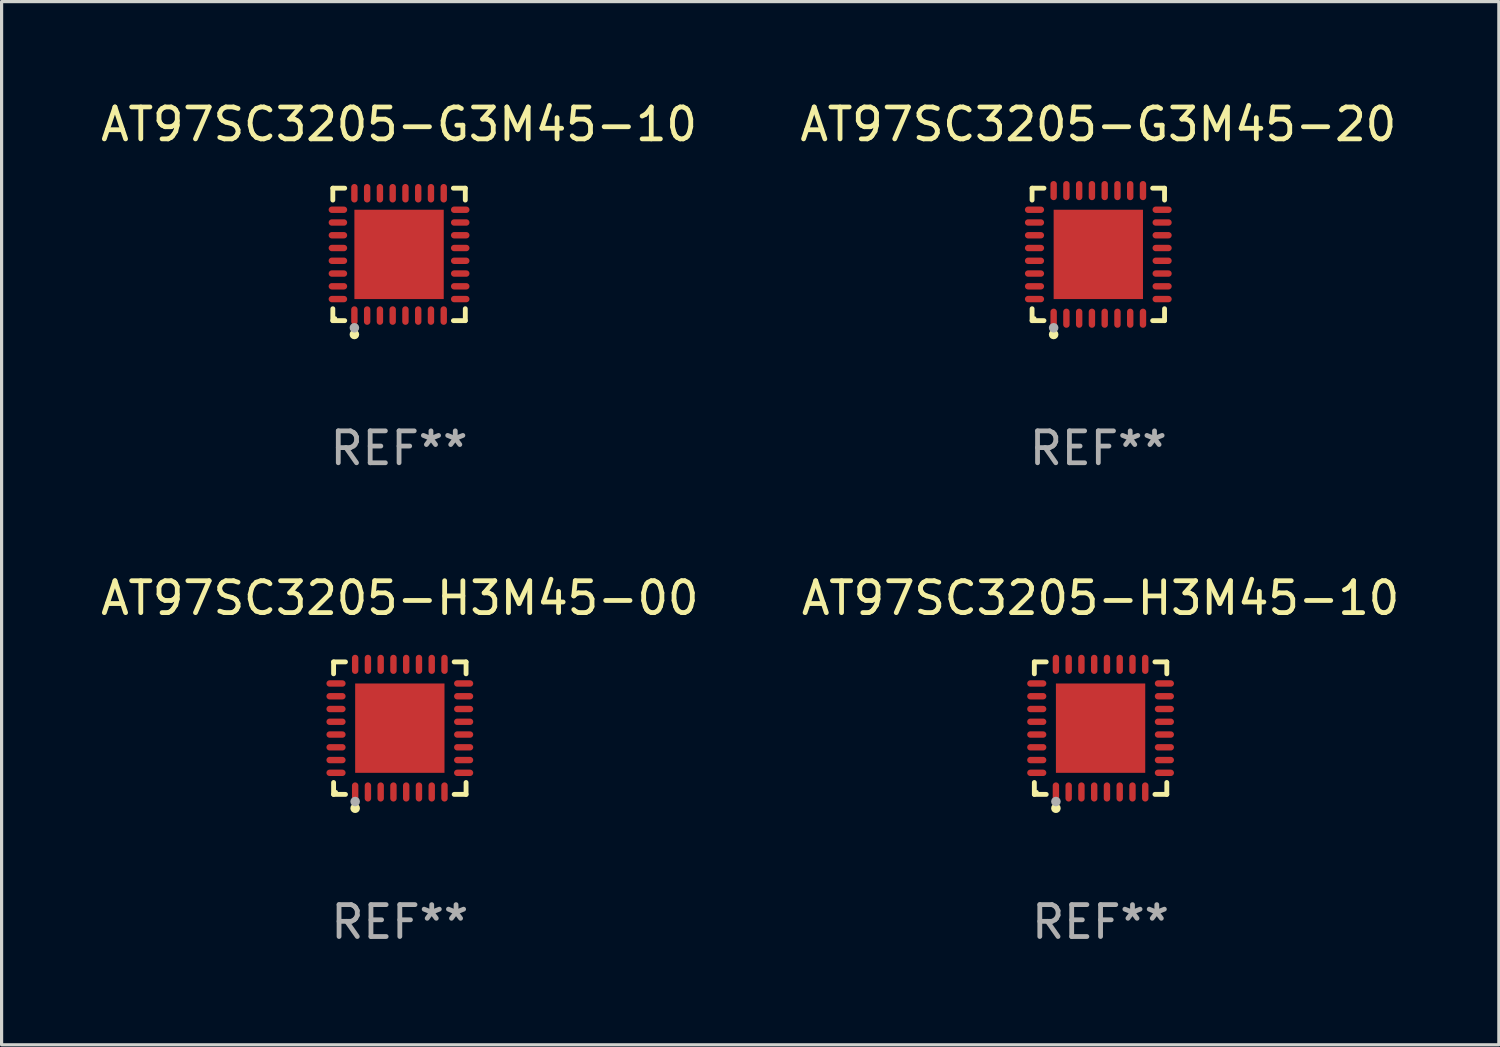
<source format=kicad_pcb>
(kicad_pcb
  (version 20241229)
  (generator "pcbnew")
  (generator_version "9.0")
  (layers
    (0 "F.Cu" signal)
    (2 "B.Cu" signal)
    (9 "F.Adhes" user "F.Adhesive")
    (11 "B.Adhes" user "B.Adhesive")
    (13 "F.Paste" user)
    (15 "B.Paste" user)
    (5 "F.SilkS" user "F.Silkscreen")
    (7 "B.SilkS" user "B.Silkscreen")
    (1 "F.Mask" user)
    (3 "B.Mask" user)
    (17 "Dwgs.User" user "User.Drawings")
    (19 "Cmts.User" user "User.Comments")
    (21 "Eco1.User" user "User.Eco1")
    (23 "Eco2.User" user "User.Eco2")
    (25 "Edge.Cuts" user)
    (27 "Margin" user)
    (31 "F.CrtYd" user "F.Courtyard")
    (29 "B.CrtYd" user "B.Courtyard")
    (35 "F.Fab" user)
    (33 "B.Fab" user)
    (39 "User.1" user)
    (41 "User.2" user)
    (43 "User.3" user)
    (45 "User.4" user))
  (footprint "AT97SC3205-H3M45-00"
    (layer "F.Cu")
    (at 9.482 19.773)
    (property "Reference" "AT97SC3205-H3M45-00" (at 0 -4.076 0) (layer "F.SilkS") (effects (font (size 1 1) (thickness 0.15))))
    (attr through_hole)
    (fp_line (start -2.076 -2.076) (end -1.703 -2.076) (stroke (width 0.152) (type solid)) (layer "F.SilkS"))
    (fp_line (start -2.076 -1.703) (end -2.076 -2.076) (stroke (width 0.152) (type solid)) (layer "F.SilkS"))
    (fp_line (start -2.076 1.703) (end -2.076 2.076) (stroke (width 0.152) (type solid)) (layer "F.SilkS"))
    (fp_line (start -2.076 2.076) (end -1.703 2.076) (stroke (width 0.152) (type solid)) (layer "F.SilkS"))
    (fp_line (start 2.076 -2.076) (end 1.703 -2.076) (stroke (width 0.152) (type solid)) (layer "F.SilkS"))
    (fp_line (start 2.076 -1.703) (end 2.076 -2.076) (stroke (width 0.152) (type solid)) (layer "F.SilkS"))
    (fp_line (start 2.076 1.703) (end 2.076 2.076) (stroke (width 0.152) (type solid)) (layer "F.SilkS"))
    (fp_line (start 2.076 2.076) (end 1.703 2.076) (stroke (width 0.152) (type solid)) (layer "F.SilkS"))
    (fp_circle (center -2 2) (end -1.97 2) (stroke (width 0.06) (type solid)) (fill no) (layer "F.SilkS"))
    (fp_circle (center -1.4 2.51) (end -1.325 2.51) (stroke (width 0.15) (type solid)) (fill no) (layer "F.SilkS"))
    (fp_circle (center -1.4 2.3) (end -1.325 2.3) (stroke (width 0.15) (type solid)) (fill no) (layer "F.Fab"))
    (fp_text user "REF**" (at 0 6.076 0) (layer "F.Fab") (effects (font (size 1 1) (thickness 0.15))))
    (pad "1" smd oval (at -1.4 2) (size 0.2 0.6) (layers "F.Cu" "F.Mask" "F.Paste"))
    (pad "2" smd oval (at -1 2) (size 0.2 0.6) (layers "F.Cu" "F.Mask" "F.Paste"))
    (pad "3" smd oval (at -0.6 2) (size 0.2 0.6) (layers "F.Cu" "F.Mask" "F.Paste"))
    (pad "4" smd oval (at -0.2 2) (size 0.2 0.6) (layers "F.Cu" "F.Mask" "F.Paste"))
    (pad "5" smd oval (at 0.2 2) (size 0.2 0.6) (layers "F.Cu" "F.Mask" "F.Paste"))
    (pad "6" smd oval (at 0.6 2) (size 0.2 0.6) (layers "F.Cu" "F.Mask" "F.Paste"))
    (pad "7" smd oval (at 1 2) (size 0.2 0.6) (layers "F.Cu" "F.Mask" "F.Paste"))
    (pad "8" smd oval (at 1.4 2) (size 0.2 0.6) (layers "F.Cu" "F.Mask" "F.Paste"))
    (pad "9" smd oval (at 2 1.4) (size 0.6 0.2) (layers "F.Cu" "F.Mask" "F.Paste"))
    (pad "10" smd oval (at 2 1) (size 0.6 0.2) (layers "F.Cu" "F.Mask" "F.Paste"))
    (pad "11" smd oval (at 2 0.6) (size 0.6 0.2) (layers "F.Cu" "F.Mask" "F.Paste"))
    (pad "12" smd oval (at 2 0.2) (size 0.6 0.2) (layers "F.Cu" "F.Mask" "F.Paste"))
    (pad "13" smd oval (at 2 -0.2) (size 0.6 0.2) (layers "F.Cu" "F.Mask" "F.Paste"))
    (pad "14" smd oval (at 2 -0.6) (size 0.6 0.2) (layers "F.Cu" "F.Mask" "F.Paste"))
    (pad "15" smd oval (at 2 -1) (size 0.6 0.2) (layers "F.Cu" "F.Mask" "F.Paste"))
    (pad "16" smd oval (at 2 -1.4) (size 0.6 0.2) (layers "F.Cu" "F.Mask" "F.Paste"))
    (pad "17" smd oval (at 1.4 -2) (size 0.2 0.6) (layers "F.Cu" "F.Mask" "F.Paste"))
    (pad "18" smd oval (at 1 -2) (size 0.2 0.6) (layers "F.Cu" "F.Mask" "F.Paste"))
    (pad "19" smd oval (at 0.6 -2) (size 0.2 0.6) (layers "F.Cu" "F.Mask" "F.Paste"))
    (pad "20" smd oval (at 0.2 -2) (size 0.2 0.6) (layers "F.Cu" "F.Mask" "F.Paste"))
    (pad "21" smd oval (at -0.2 -2) (size 0.2 0.6) (layers "F.Cu" "F.Mask" "F.Paste"))
    (pad "22" smd oval (at -0.6 -2) (size 0.2 0.6) (layers "F.Cu" "F.Mask" "F.Paste"))
    (pad "23" smd oval (at -1 -2) (size 0.2 0.6) (layers "F.Cu" "F.Mask" "F.Paste"))
    (pad "24" smd oval (at -1.4 -2) (size 0.2 0.6) (layers "F.Cu" "F.Mask" "F.Paste"))
    (pad "25" smd oval (at -2 -1.4) (size 0.6 0.2) (layers "F.Cu" "F.Mask" "F.Paste"))
    (pad "26" smd oval (at -2 -1) (size 0.6 0.2) (layers "F.Cu" "F.Mask" "F.Paste"))
    (pad "27" smd oval (at -2 -0.6) (size 0.6 0.2) (layers "F.Cu" "F.Mask" "F.Paste"))
    (pad "28" smd oval (at -2 -0.2) (size 0.6 0.2) (layers "F.Cu" "F.Mask" "F.Paste"))
    (pad "29" smd oval (at -2 0.2) (size 0.6 0.2) (layers "F.Cu" "F.Mask" "F.Paste"))
    (pad "30" smd oval (at -2 0.6) (size 0.6 0.2) (layers "F.Cu" "F.Mask" "F.Paste"))
    (pad "31" smd oval (at -2 1) (size 0.6 0.2) (layers "F.Cu" "F.Mask" "F.Paste"))
    (pad "32" smd oval (at -2 1.4) (size 0.6 0.2) (layers "F.Cu" "F.Mask" "F.Paste"))
    (pad "33" smd rect (at 0 0) (size 2.8 2.8) (layers "F.Cu" "F.Mask" "F.Paste")))
  (footprint "AT97SC3205-G3M45-20"
    (layer "F.Cu")
    (at 31.375 4.924)
    (property "Reference" "AT97SC3205-G3M45-20" (at 0 -4.076 0) (layer "F.SilkS") (effects (font (size 1 1) (thickness 0.15))))
    (attr through_hole)
    (fp_line (start -2.076 -2.076) (end -1.703 -2.076) (stroke (width 0.152) (type solid)) (layer "F.SilkS"))
    (fp_line (start -2.076 -1.703) (end -2.076 -2.076) (stroke (width 0.152) (type solid)) (layer "F.SilkS"))
    (fp_line (start -2.076 1.703) (end -2.076 2.076) (stroke (width 0.152) (type solid)) (layer "F.SilkS"))
    (fp_line (start -2.076 2.076) (end -1.703 2.076) (stroke (width 0.152) (type solid)) (layer "F.SilkS"))
    (fp_line (start 2.076 -2.076) (end 1.703 -2.076) (stroke (width 0.152) (type solid)) (layer "F.SilkS"))
    (fp_line (start 2.076 -1.703) (end 2.076 -2.076) (stroke (width 0.152) (type solid)) (layer "F.SilkS"))
    (fp_line (start 2.076 1.703) (end 2.076 2.076) (stroke (width 0.152) (type solid)) (layer "F.SilkS"))
    (fp_line (start 2.076 2.076) (end 1.703 2.076) (stroke (width 0.152) (type solid)) (layer "F.SilkS"))
    (fp_circle (center -2 2) (end -1.97 2) (stroke (width 0.06) (type solid)) (fill no) (layer "F.SilkS"))
    (fp_circle (center -1.4 2.51) (end -1.325 2.51) (stroke (width 0.15) (type solid)) (fill no) (layer "F.SilkS"))
    (fp_circle (center -1.4 2.3) (end -1.325 2.3) (stroke (width 0.15) (type solid)) (fill no) (layer "F.Fab"))
    (fp_text user "REF**" (at 0 6.076 0) (layer "F.Fab") (effects (font (size 1 1) (thickness 0.15))))
    (pad "1" smd oval (at -1.4 2) (size 0.2 0.6) (layers "F.Cu" "F.Mask" "F.Paste"))
    (pad "2" smd oval (at -1 2) (size 0.2 0.6) (layers "F.Cu" "F.Mask" "F.Paste"))
    (pad "3" smd oval (at -0.6 2) (size 0.2 0.6) (layers "F.Cu" "F.Mask" "F.Paste"))
    (pad "4" smd oval (at -0.2 2) (size 0.2 0.6) (layers "F.Cu" "F.Mask" "F.Paste"))
    (pad "5" smd oval (at 0.2 2) (size 0.2 0.6) (layers "F.Cu" "F.Mask" "F.Paste"))
    (pad "6" smd oval (at 0.6 2) (size 0.2 0.6) (layers "F.Cu" "F.Mask" "F.Paste"))
    (pad "7" smd oval (at 1 2) (size 0.2 0.6) (layers "F.Cu" "F.Mask" "F.Paste"))
    (pad "8" smd oval (at 1.4 2) (size 0.2 0.6) (layers "F.Cu" "F.Mask" "F.Paste"))
    (pad "9" smd oval (at 2 1.4) (size 0.6 0.2) (layers "F.Cu" "F.Mask" "F.Paste"))
    (pad "10" smd oval (at 2 1) (size 0.6 0.2) (layers "F.Cu" "F.Mask" "F.Paste"))
    (pad "11" smd oval (at 2 0.6) (size 0.6 0.2) (layers "F.Cu" "F.Mask" "F.Paste"))
    (pad "12" smd oval (at 2 0.2) (size 0.6 0.2) (layers "F.Cu" "F.Mask" "F.Paste"))
    (pad "13" smd oval (at 2 -0.2) (size 0.6 0.2) (layers "F.Cu" "F.Mask" "F.Paste"))
    (pad "14" smd oval (at 2 -0.6) (size 0.6 0.2) (layers "F.Cu" "F.Mask" "F.Paste"))
    (pad "15" smd oval (at 2 -1) (size 0.6 0.2) (layers "F.Cu" "F.Mask" "F.Paste"))
    (pad "16" smd oval (at 2 -1.4) (size 0.6 0.2) (layers "F.Cu" "F.Mask" "F.Paste"))
    (pad "17" smd oval (at 1.4 -2) (size 0.2 0.6) (layers "F.Cu" "F.Mask" "F.Paste"))
    (pad "18" smd oval (at 1 -2) (size 0.2 0.6) (layers "F.Cu" "F.Mask" "F.Paste"))
    (pad "19" smd oval (at 0.6 -2) (size 0.2 0.6) (layers "F.Cu" "F.Mask" "F.Paste"))
    (pad "20" smd oval (at 0.2 -2) (size 0.2 0.6) (layers "F.Cu" "F.Mask" "F.Paste"))
    (pad "21" smd oval (at -0.2 -2) (size 0.2 0.6) (layers "F.Cu" "F.Mask" "F.Paste"))
    (pad "22" smd oval (at -0.6 -2) (size 0.2 0.6) (layers "F.Cu" "F.Mask" "F.Paste"))
    (pad "23" smd oval (at -1 -2) (size 0.2 0.6) (layers "F.Cu" "F.Mask" "F.Paste"))
    (pad "24" smd oval (at -1.4 -2) (size 0.2 0.6) (layers "F.Cu" "F.Mask" "F.Paste"))
    (pad "25" smd oval (at -2 -1.4) (size 0.6 0.2) (layers "F.Cu" "F.Mask" "F.Paste"))
    (pad "26" smd oval (at -2 -1) (size 0.6 0.2) (layers "F.Cu" "F.Mask" "F.Paste"))
    (pad "27" smd oval (at -2 -0.6) (size 0.6 0.2) (layers "F.Cu" "F.Mask" "F.Paste"))
    (pad "28" smd oval (at -2 -0.2) (size 0.6 0.2) (layers "F.Cu" "F.Mask" "F.Paste"))
    (pad "29" smd oval (at -2 0.2) (size 0.6 0.2) (layers "F.Cu" "F.Mask" "F.Paste"))
    (pad "30" smd oval (at -2 0.6) (size 0.6 0.2) (layers "F.Cu" "F.Mask" "F.Paste"))
    (pad "31" smd oval (at -2 1) (size 0.6 0.2) (layers "F.Cu" "F.Mask" "F.Paste"))
    (pad "32" smd oval (at -2 1.4) (size 0.6 0.2) (layers "F.Cu" "F.Mask" "F.Paste"))
    (pad "33" smd rect (at 0 0) (size 2.8 2.8) (layers "F.Cu" "F.Mask" "F.Paste")))
  (footprint "AT97SC3205-G3M45-10"
    (layer "F.Cu")
    (at 9.458 4.924)
    (property "Reference" "AT97SC3205-G3M45-10" (at 0 -4.076 0) (layer "F.SilkS") (effects (font (size 1 1) (thickness 0.15))))
    (attr through_hole)
    (fp_line (start -2.076 -2.076) (end -1.703 -2.076) (stroke (width 0.152) (type solid)) (layer "F.SilkS"))
    (fp_line (start -2.076 -1.703) (end -2.076 -2.076) (stroke (width 0.152) (type solid)) (layer "F.SilkS"))
    (fp_line (start -2.076 1.703) (end -2.076 2.076) (stroke (width 0.152) (type solid)) (layer "F.SilkS"))
    (fp_line (start -2.076 2.076) (end -1.703 2.076) (stroke (width 0.152) (type solid)) (layer "F.SilkS"))
    (fp_line (start 2.076 -2.076) (end 1.703 -2.076) (stroke (width 0.152) (type solid)) (layer "F.SilkS"))
    (fp_line (start 2.076 -1.703) (end 2.076 -2.076) (stroke (width 0.152) (type solid)) (layer "F.SilkS"))
    (fp_line (start 2.076 1.703) (end 2.076 2.076) (stroke (width 0.152) (type solid)) (layer "F.SilkS"))
    (fp_line (start 2.076 2.076) (end 1.703 2.076) (stroke (width 0.152) (type solid)) (layer "F.SilkS"))
    (fp_circle (center -2 2) (end -1.97 2) (stroke (width 0.06) (type solid)) (fill no) (layer "F.SilkS"))
    (fp_circle (center -1.4 2.51) (end -1.325 2.51) (stroke (width 0.15) (type solid)) (fill no) (layer "F.SilkS"))
    (fp_circle (center -1.4 2.3) (end -1.325 2.3) (stroke (width 0.15) (type solid)) (fill no) (layer "F.Fab"))
    (fp_text user "REF**" (at 0 6.076 0) (layer "F.Fab") (effects (font (size 1 1) (thickness 0.15))))
    (pad "1" smd oval (at -1.4 1.917) (size 0.2 0.58) (layers "F.Cu" "F.Mask" "F.Paste"))
    (pad "2" smd oval (at -1 1.917) (size 0.2 0.58) (layers "F.Cu" "F.Mask" "F.Paste"))
    (pad "3" smd oval (at -0.6 1.917) (size 0.2 0.58) (layers "F.Cu" "F.Mask" "F.Paste"))
    (pad "4" smd oval (at -0.2 1.917) (size 0.2 0.58) (layers "F.Cu" "F.Mask" "F.Paste"))
    (pad "5" smd oval (at 0.2 1.917) (size 0.2 0.58) (layers "F.Cu" "F.Mask" "F.Paste"))
    (pad "6" smd oval (at 0.6 1.917) (size 0.2 0.58) (layers "F.Cu" "F.Mask" "F.Paste"))
    (pad "7" smd oval (at 1 1.917) (size 0.2 0.58) (layers "F.Cu" "F.Mask" "F.Paste"))
    (pad "8" smd oval (at 1.4 1.917) (size 0.2 0.58) (layers "F.Cu" "F.Mask" "F.Paste"))
    (pad "9" smd oval (at 1.917 1.4) (size 0.58 0.2) (layers "F.Cu" "F.Mask" "F.Paste"))
    (pad "10" smd oval (at 1.917 1) (size 0.58 0.2) (layers "F.Cu" "F.Mask" "F.Paste"))
    (pad "11" smd oval (at 1.917 0.6) (size 0.58 0.2) (layers "F.Cu" "F.Mask" "F.Paste"))
    (pad "12" smd oval (at 1.917 0.2) (size 0.58 0.2) (layers "F.Cu" "F.Mask" "F.Paste"))
    (pad "13" smd oval (at 1.917 -0.2) (size 0.58 0.2) (layers "F.Cu" "F.Mask" "F.Paste"))
    (pad "14" smd oval (at 1.917 -0.6) (size 0.58 0.2) (layers "F.Cu" "F.Mask" "F.Paste"))
    (pad "15" smd oval (at 1.917 -1) (size 0.58 0.2) (layers "F.Cu" "F.Mask" "F.Paste"))
    (pad "16" smd oval (at 1.917 -1.4) (size 0.58 0.2) (layers "F.Cu" "F.Mask" "F.Paste"))
    (pad "17" smd oval (at 1.4 -1.917) (size 0.2 0.58) (layers "F.Cu" "F.Mask" "F.Paste"))
    (pad "18" smd oval (at 1 -1.917) (size 0.2 0.58) (layers "F.Cu" "F.Mask" "F.Paste"))
    (pad "19" smd oval (at 0.6 -1.917) (size 0.2 0.58) (layers "F.Cu" "F.Mask" "F.Paste"))
    (pad "20" smd oval (at 0.2 -1.917) (size 0.2 0.58) (layers "F.Cu" "F.Mask" "F.Paste"))
    (pad "21" smd oval (at -0.2 -1.917) (size 0.2 0.58) (layers "F.Cu" "F.Mask" "F.Paste"))
    (pad "22" smd oval (at -0.6 -1.917) (size 0.2 0.58) (layers "F.Cu" "F.Mask" "F.Paste"))
    (pad "23" smd oval (at -1 -1.917) (size 0.2 0.58) (layers "F.Cu" "F.Mask" "F.Paste"))
    (pad "24" smd oval (at -1.4 -1.917) (size 0.2 0.58) (layers "F.Cu" "F.Mask" "F.Paste"))
    (pad "25" smd oval (at -1.917 -1.4) (size 0.58 0.2) (layers "F.Cu" "F.Mask" "F.Paste"))
    (pad "26" smd oval (at -1.917 -1) (size 0.58 0.2) (layers "F.Cu" "F.Mask" "F.Paste"))
    (pad "27" smd oval (at -1.917 -0.6) (size 0.58 0.2) (layers "F.Cu" "F.Mask" "F.Paste"))
    (pad "28" smd oval (at -1.917 -0.2) (size 0.58 0.2) (layers "F.Cu" "F.Mask" "F.Paste"))
    (pad "29" smd oval (at -1.917 0.2) (size 0.58 0.2) (layers "F.Cu" "F.Mask" "F.Paste"))
    (pad "30" smd oval (at -1.917 0.6) (size 0.58 0.2) (layers "F.Cu" "F.Mask" "F.Paste"))
    (pad "31" smd oval (at -1.917 1) (size 0.58 0.2) (layers "F.Cu" "F.Mask" "F.Paste"))
    (pad "32" smd oval (at -1.917 1.4) (size 0.58 0.2) (layers "F.Cu" "F.Mask" "F.Paste"))
    (pad "33" smd rect (at 0 0) (size 2.8 2.8) (layers "F.Cu" "F.Mask" "F.Paste")))
  (footprint "AT97SC3205-H3M45-10"
    (layer "F.Cu")
    (at 31.446 19.773)
    (property "Reference" "AT97SC3205-H3M45-10" (at 0 -4.076 0) (layer "F.SilkS") (effects (font (size 1 1) (thickness 0.15))))
    (attr through_hole)
    (fp_line (start -2.076 -2.076) (end -1.703 -2.076) (stroke (width 0.152) (type solid)) (layer "F.SilkS"))
    (fp_line (start -2.076 -1.703) (end -2.076 -2.076) (stroke (width 0.152) (type solid)) (layer "F.SilkS"))
    (fp_line (start -2.076 1.703) (end -2.076 2.076) (stroke (width 0.152) (type solid)) (layer "F.SilkS"))
    (fp_line (start -2.076 2.076) (end -1.703 2.076) (stroke (width 0.152) (type solid)) (layer "F.SilkS"))
    (fp_line (start 2.076 -2.076) (end 1.703 -2.076) (stroke (width 0.152) (type solid)) (layer "F.SilkS"))
    (fp_line (start 2.076 -1.703) (end 2.076 -2.076) (stroke (width 0.152) (type solid)) (layer "F.SilkS"))
    (fp_line (start 2.076 1.703) (end 2.076 2.076) (stroke (width 0.152) (type solid)) (layer "F.SilkS"))
    (fp_line (start 2.076 2.076) (end 1.703 2.076) (stroke (width 0.152) (type solid)) (layer "F.SilkS"))
    (fp_circle (center -2 2) (end -1.97 2) (stroke (width 0.06) (type solid)) (fill no) (layer "F.SilkS"))
    (fp_circle (center -1.4 2.51) (end -1.325 2.51) (stroke (width 0.15) (type solid)) (fill no) (layer "F.SilkS"))
    (fp_circle (center -1.4 2.3) (end -1.325 2.3) (stroke (width 0.15) (type solid)) (fill no) (layer "F.Fab"))
    (fp_text user "REF**" (at 0 6.076 0) (layer "F.Fab") (effects (font (size 1 1) (thickness 0.15))))
    (pad "1" smd oval (at -1.4 2) (size 0.2 0.6) (layers "F.Cu" "F.Mask" "F.Paste"))
    (pad "2" smd oval (at -1 2) (size 0.2 0.6) (layers "F.Cu" "F.Mask" "F.Paste"))
    (pad "3" smd oval (at -0.6 2) (size 0.2 0.6) (layers "F.Cu" "F.Mask" "F.Paste"))
    (pad "4" smd oval (at -0.2 2) (size 0.2 0.6) (layers "F.Cu" "F.Mask" "F.Paste"))
    (pad "5" smd oval (at 0.2 2) (size 0.2 0.6) (layers "F.Cu" "F.Mask" "F.Paste"))
    (pad "6" smd oval (at 0.6 2) (size 0.2 0.6) (layers "F.Cu" "F.Mask" "F.Paste"))
    (pad "7" smd oval (at 1 2) (size 0.2 0.6) (layers "F.Cu" "F.Mask" "F.Paste"))
    (pad "8" smd oval (at 1.4 2) (size 0.2 0.6) (layers "F.Cu" "F.Mask" "F.Paste"))
    (pad "9" smd oval (at 2 1.4) (size 0.6 0.2) (layers "F.Cu" "F.Mask" "F.Paste"))
    (pad "10" smd oval (at 2 1) (size 0.6 0.2) (layers "F.Cu" "F.Mask" "F.Paste"))
    (pad "11" smd oval (at 2 0.6) (size 0.6 0.2) (layers "F.Cu" "F.Mask" "F.Paste"))
    (pad "12" smd oval (at 2 0.2) (size 0.6 0.2) (layers "F.Cu" "F.Mask" "F.Paste"))
    (pad "13" smd oval (at 2 -0.2) (size 0.6 0.2) (layers "F.Cu" "F.Mask" "F.Paste"))
    (pad "14" smd oval (at 2 -0.6) (size 0.6 0.2) (layers "F.Cu" "F.Mask" "F.Paste"))
    (pad "15" smd oval (at 2 -1) (size 0.6 0.2) (layers "F.Cu" "F.Mask" "F.Paste"))
    (pad "16" smd oval (at 2 -1.4) (size 0.6 0.2) (layers "F.Cu" "F.Mask" "F.Paste"))
    (pad "17" smd oval (at 1.4 -2) (size 0.2 0.6) (layers "F.Cu" "F.Mask" "F.Paste"))
    (pad "18" smd oval (at 1 -2) (size 0.2 0.6) (layers "F.Cu" "F.Mask" "F.Paste"))
    (pad "19" smd oval (at 0.6 -2) (size 0.2 0.6) (layers "F.Cu" "F.Mask" "F.Paste"))
    (pad "20" smd oval (at 0.2 -2) (size 0.2 0.6) (layers "F.Cu" "F.Mask" "F.Paste"))
    (pad "21" smd oval (at -0.2 -2) (size 0.2 0.6) (layers "F.Cu" "F.Mask" "F.Paste"))
    (pad "22" smd oval (at -0.6 -2) (size 0.2 0.6) (layers "F.Cu" "F.Mask" "F.Paste"))
    (pad "23" smd oval (at -1 -2) (size 0.2 0.6) (layers "F.Cu" "F.Mask" "F.Paste"))
    (pad "24" smd oval (at -1.4 -2) (size 0.2 0.6) (layers "F.Cu" "F.Mask" "F.Paste"))
    (pad "25" smd oval (at -2 -1.4) (size 0.6 0.2) (layers "F.Cu" "F.Mask" "F.Paste"))
    (pad "26" smd oval (at -2 -1) (size 0.6 0.2) (layers "F.Cu" "F.Mask" "F.Paste"))
    (pad "27" smd oval (at -2 -0.6) (size 0.6 0.2) (layers "F.Cu" "F.Mask" "F.Paste"))
    (pad "28" smd oval (at -2 -0.2) (size 0.6 0.2) (layers "F.Cu" "F.Mask" "F.Paste"))
    (pad "29" smd oval (at -2 0.2) (size 0.6 0.2) (layers "F.Cu" "F.Mask" "F.Paste"))
    (pad "30" smd oval (at -2 0.6) (size 0.6 0.2) (layers "F.Cu" "F.Mask" "F.Paste"))
    (pad "31" smd oval (at -2 1) (size 0.6 0.2) (layers "F.Cu" "F.Mask" "F.Paste"))
    (pad "32" smd oval (at -2 1.4) (size 0.6 0.2) (layers "F.Cu" "F.Mask" "F.Paste"))
    (pad "33" smd rect (at 0 0) (size 2.8 2.8) (layers "F.Cu" "F.Mask" "F.Paste")))
  (gr_rect
    (start -3 -3)
    (end 43.929 29.698)
    (stroke (width 0.1) (type default))
    (fill no)
    (layer "Edge.Cuts")))
</source>
